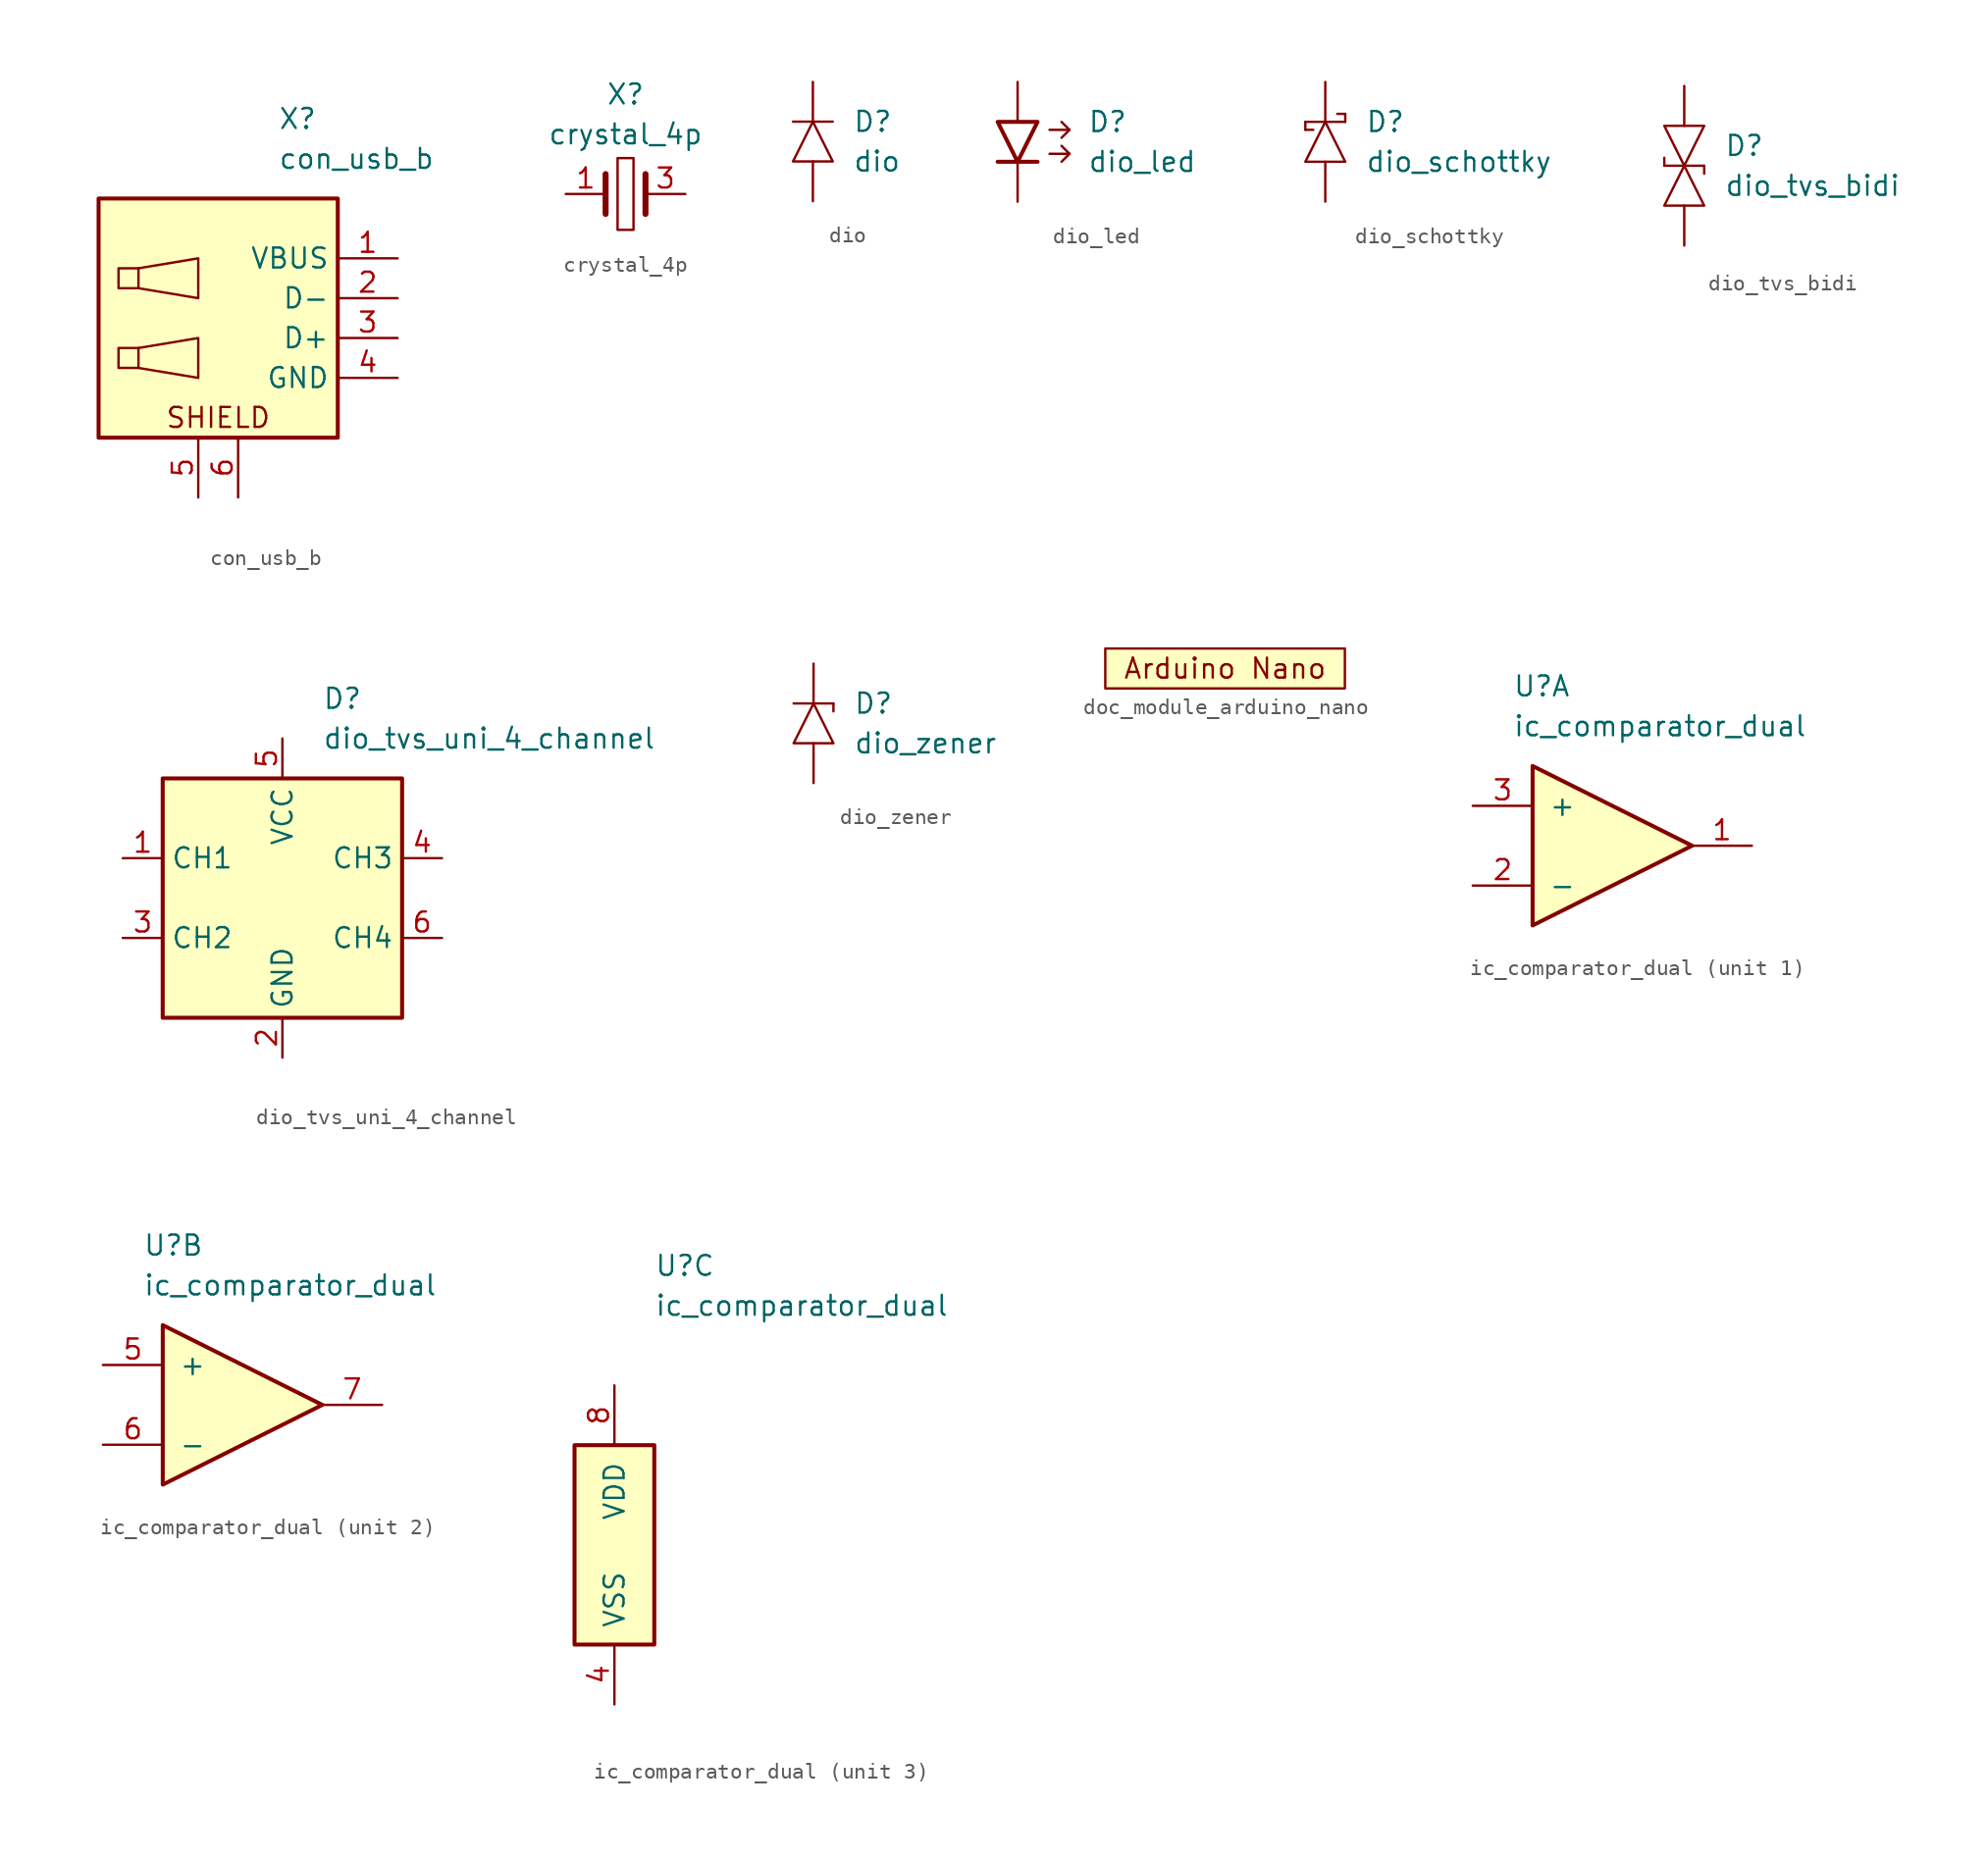
<source format=kicad_sym>
(kicad_symbol_lib
  (version 20241209)
  (generator "kicad_symbol_editor")
  (generator_version "9.0")
  (symbol "con_usb_b"
    (property "Reference" "X"
      (at -7.62 8.89 0)
      (effects (font (size 1.27 1.27)) (justify left)))
    (property "Value" "con_usb_b"
      (at -7.62 6.35 0)
      (effects (font (size 1.27 1.27)) (justify left)))
    (symbol "con_usb_b_0_0"
      (text "SHIELD" (at -11.43 -10.16 0) (effects (font (size 1.27 1.27)))))
    (symbol "con_usb_b_0_1"
      (rectangle (start -17.78 -0.635) (end -16.51 -1.905) (stroke (width 0) (type default)) (fill (type none)))
      (rectangle (start -17.78 -5.715) (end -16.51 -6.985) (stroke (width 0) (type default)) (fill (type none)))
      (polyline (pts (xy -16.51 -0.635) (xy -12.7 0) (xy -12.7 -2.54) (xy -16.51 -1.905)) (stroke (width 0) (type default)) (fill (type none)))
      (polyline (pts (xy -16.51 -5.715) (xy -12.7 -5.08) (xy -12.7 -7.62) (xy -16.51 -6.985)) (stroke (width 0) (type default)) (fill (type none)))
      (rectangle (start -3.81 -11.43) (end -19.05 3.81) (stroke (width 0.254) (type default)) (fill (type background))))
    (symbol "con_usb_b_1_1"
      (pin passive line (at -12.7 -15.24 90) (length 3.81) (name "" (effects (font (size 1.27 1.27)))) (number "5" (effects (font (size 1.27 1.27)))))
      (pin passive line (at -10.16 -15.24 90) (length 3.81) (name "" (effects (font (size 1.27 1.27)))) (number "6" (effects (font (size 1.27 1.27)))))
      (pin power_out line (at 0 0 180) (length 3.81) (name "VBUS" (effects (font (size 1.27 1.27)))) (number "1" (effects (font (size 1.27 1.27)))))
      (pin bidirectional line (at 0 -2.54 180) (length 3.81) (name "D-" (effects (font (size 1.27 1.27)))) (number "2" (effects (font (size 1.27 1.27)))))
      (pin bidirectional line (at 0 -5.08 180) (length 3.81) (name "D+" (effects (font (size 1.27 1.27)))) (number "3" (effects (font (size 1.27 1.27)))))
      (pin power_in line (at 0 -7.62 180) (length 3.81) (name "GND" (effects (font (size 1.27 1.27)))) (number "4" (effects (font (size 1.27 1.27)))))))
  (symbol "crystal_4p"
    (property "Reference" "X"
      (at 3.81 6.35 0)
      (effects (font (size 1.27 1.27))))
    (property "Value" "crystal_4p"
      (at 3.81 3.81 0)
      (effects (font (size 1.27 1.27))))
    (symbol "crystal_4p_0_1"
      (polyline (pts (xy 2.54 1.27) (xy 2.54 -1.27)) (stroke (width 0.381) (type default)) (fill (type none)))
      (rectangle (start 3.302 2.286) (end 4.318 -2.286) (stroke (width 0) (type default)) (fill (type none)))
      (polyline (pts (xy 5.08 1.27) (xy 5.08 -1.27)) (stroke (width 0.381) (type default)) (fill (type none))))
    (symbol "crystal_4p_1_1"
      (pin passive line (at 0 0 0) (length 2.54) (name "" (effects (font (size 1.27 1.27)))) (number "1" (effects (font (size 1.27 1.27)))))
      (pin no_connect line (at 0 -2.54 0) (length 2.54) (hide yes) (name "" (effects (font (size 1.27 1.27)))) (number "2" (effects (font (size 1.27 1.27)))))
      (pin passive line (at 7.62 0 180) (length 2.54) (name "" (effects (font (size 1.27 1.27)))) (number "3" (effects (font (size 1.27 1.27)))))
      (pin no_connect line (at 7.62 -2.54 180) (length 2.54) (hide yes) (name "" (effects (font (size 1.27 1.27)))) (number "4" (effects (font (size 1.27 1.27)))))))
  (symbol "dio"
    (pin_numbers
      (hide yes))
    (pin_names
      (hide yes))
    (property "Reference" "D"
      (at 2.54 -2.54 0)
      (effects (font (size 1.27 1.27)) (justify left)))
    (property "Value" "dio"
      (at 2.54 -5.08 0)
      (effects (font (size 1.27 1.27)) (justify left)))
    (symbol "dio_0_1"
      (polyline (pts (xy -1.27 -2.54) (xy 1.27 -2.54)) (stroke (width 0) (type default)) (fill (type none)))
      (polyline (pts (xy -1.27 -5.08) (xy 1.27 -5.08) (xy 0 -2.54) (xy -1.27 -5.08)) (stroke (width 0) (type default)) (fill (type none))))
    (symbol "dio_1_1"
      (pin passive line (at 0 0 270) (length 2.54) (name "" (effects (font (size 1.27 1.27)))) (number "1" (effects (font (size 1.27 1.27)))))
      (pin passive line (at 0 -7.62 90) (length 2.54) (name "" (effects (font (size 1.27 1.27)))) (number "2" (effects (font (size 1.27 1.27)))))))
  (symbol "dio_led"
    (pin_numbers
      (hide yes))
    (pin_names
      (offset 1.016)
      (hide yes))
    (property "Reference" "D"
      (at 4.445 -2.54 0)
      (effects (font (size 1.27 1.27)) (justify left)))
    (property "Value" "dio_led"
      (at 4.445 -5.08 0)
      (effects (font (size 1.27 1.27)) (justify left)))
    (symbol "dio_led_0_1"
      (polyline (pts (xy 1.27 -2.54) (xy -1.27 -2.54) (xy 0 -5.08) (xy 1.27 -2.54)) (stroke (width 0.254) (type default)) (fill (type none)))
      (polyline (pts (xy 1.27 -5.08) (xy -1.27 -5.08)) (stroke (width 0.254) (type default)) (fill (type none)))
      (polyline (pts (xy 2.032 -3.048) (xy 3.302 -3.048) (xy 2.794 -3.556)) (stroke (width 0) (type default)) (fill (type none)))
      (polyline (pts (xy 2.032 -4.572) (xy 3.302 -4.572) (xy 2.794 -5.08)) (stroke (width 0) (type default)) (fill (type none)))
      (polyline (pts (xy 3.302 -3.048) (xy 2.794 -2.54)) (stroke (width 0) (type default)) (fill (type none)))
      (polyline (pts (xy 3.302 -4.572) (xy 2.794 -4.064)) (stroke (width 0) (type default)) (fill (type none))))
    (symbol "dio_led_1_1"
      (pin passive line (at 0 0 270) (length 2.54) (name "A" (effects (font (size 1.27 1.27)))) (number "2" (effects (font (size 1.27 1.27)))))
      (pin passive line (at 0 -7.62 90) (length 2.54) (name "K" (effects (font (size 1.27 1.27)))) (number "1" (effects (font (size 1.27 1.27)))))))
  (symbol "dio_schottky"
    (pin_numbers
      (hide yes))
    (pin_names
      (hide yes))
    (property "Reference" "D"
      (at 2.54 -2.54 0)
      (effects (font (size 1.27 1.27)) (justify left)))
    (property "Value" "dio_schottky"
      (at 2.54 -5.08 0)
      (effects (font (size 1.27 1.27)) (justify left)))
    (symbol "dio_schottky_0_1"
      (polyline (pts (xy -1.27 -2.54) (xy -1.27 -3.048)) (stroke (width 0) (type default)) (fill (type none)))
      (polyline (pts (xy -1.27 -2.54) (xy 1.27 -2.54)) (stroke (width 0) (type default)) (fill (type none)))
      (polyline (pts (xy -1.27 -3.048) (xy -0.762 -3.048)) (stroke (width 0) (type default)) (fill (type none)))
      (polyline (pts (xy -1.27 -5.08) (xy 1.27 -5.08) (xy 0 -2.54) (xy -1.27 -5.08)) (stroke (width 0) (type default)) (fill (type none)))
      (polyline (pts (xy 1.27 -2.032) (xy 0.762 -2.032)) (stroke (width 0) (type default)) (fill (type none)))
      (polyline (pts (xy 1.27 -2.54) (xy 1.27 -2.032)) (stroke (width 0) (type default)) (fill (type none))))
    (symbol "dio_schottky_1_1"
      (pin passive line (at 0 0 270) (length 2.54) (name "" (effects (font (size 1.27 1.27)))) (number "1" (effects (font (size 1.27 1.27)))))
      (pin passive line (at 0 -7.62 90) (length 2.54) (name "" (effects (font (size 1.27 1.27)))) (number "2" (effects (font (size 1.27 1.27)))))))
  (symbol "dio_tvs_bidi"
    (pin_numbers
      (hide yes))
    (pin_names
      (hide yes))
    (property "Reference" "D"
      (at 2.54 -3.81 0)
      (effects (font (size 1.27 1.27)) (justify left)))
    (property "Value" "dio_tvs_bidi"
      (at 2.54 -6.35 0)
      (effects (font (size 1.27 1.27)) (justify left)))
    (symbol "dio_tvs_bidi_0_1"
      (polyline (pts (xy -1.27 -5.08) (xy 1.27 -5.08)) (stroke (width 0) (type default)) (fill (type none)))
      (polyline (pts (xy -1.27 -5.08) (xy -1.27 -4.572) (xy -1.27 -5.08)) (stroke (width 0) (type default)) (fill (type none)))
      (polyline (pts (xy -1.27 -7.62) (xy 1.27 -7.62) (xy 0 -5.08) (xy -1.27 -7.62)) (stroke (width 0) (type default)) (fill (type none)))
      (polyline (pts (xy 1.27 -2.54) (xy -1.27 -2.54) (xy 0 -5.08) (xy 1.27 -2.54)) (stroke (width 0) (type default)) (fill (type none)))
      (polyline (pts (xy 1.27 -5.08) (xy 1.27 -5.588) (xy 1.27 -5.08)) (stroke (width 0) (type default)) (fill (type none))))
    (symbol "dio_tvs_bidi_1_1"
      (pin passive line (at 0 0 270) (length 2.54) (name "" (effects (font (size 1.27 1.27)))) (number "1" (effects (font (size 1.27 1.27)))))
      (pin passive line (at 0 -10.16 90) (length 2.54) (name "" (effects (font (size 1.27 1.27)))) (number "2" (effects (font (size 1.27 1.27)))))))
  (symbol "dio_tvs_uni_4_channel"
    (property "Reference" "D"
      (at 12.7 10.16 0)
      (effects (font (size 1.27 1.27)) (justify left)))
    (property "Value" "dio_tvs_uni_4_channel"
      (at 12.7 7.62 0)
      (effects (font (size 1.27 1.27)) (justify left)))
    (symbol "dio_tvs_uni_4_channel_0_1"
      (rectangle (start 2.54 5.08) (end 17.78 -10.16) (stroke (width 0.254) (type default)) (fill (type background))))
    (symbol "dio_tvs_uni_4_channel_1_1"
      (pin passive line (at 0 0 0) (length 2.54) (name "CH1" (effects (font (size 1.27 1.27)))) (number "1" (effects (font (size 1.27 1.27)))))
      (pin passive line (at 0 -5.08 0) (length 2.54) (name "CH2" (effects (font (size 1.27 1.27)))) (number "3" (effects (font (size 1.27 1.27)))))
      (pin power_in line (at 10.16 7.62 270) (length 2.54) (name "VCC" (effects (font (size 1.27 1.27)))) (number "5" (effects (font (size 1.27 1.27)))))
      (pin power_in line (at 10.16 -12.7 90) (length 2.54) (name "GND" (effects (font (size 1.27 1.27)))) (number "2" (effects (font (size 1.27 1.27)))))
      (pin passive line (at 20.32 0 180) (length 2.54) (name "CH3" (effects (font (size 1.27 1.27)))) (number "4" (effects (font (size 1.27 1.27)))))
      (pin passive line (at 20.32 -5.08 180) (length 2.54) (name "CH4" (effects (font (size 1.27 1.27)))) (number "6" (effects (font (size 1.27 1.27)))))))
  (symbol "dio_zener"
    (pin_numbers
      (hide yes))
    (pin_names
      (hide yes))
    (property "Reference" "D"
      (at 2.54 -2.54 0)
      (effects (font (size 1.27 1.27)) (justify left)))
    (property "Value" "dio_zener"
      (at 2.54 -5.08 0)
      (effects (font (size 1.27 1.27)) (justify left)))
    (symbol "dio_zener_0_1"
      (polyline (pts (xy -1.27 -2.54) (xy 1.27 -2.54)) (stroke (width 0) (type default)) (fill (type none)))
      (polyline (pts (xy -1.27 -5.08) (xy 1.27 -5.08) (xy 0 -2.54) (xy -1.27 -5.08)) (stroke (width 0) (type default)) (fill (type none)))
      (polyline (pts (xy 1.27 -2.54) (xy 1.27 -3.048) (xy 1.27 -2.54)) (stroke (width 0) (type default)) (fill (type none))))
    (symbol "dio_zener_1_1"
      (pin passive line (at 0 0 270) (length 2.54) (name "" (effects (font (size 1.27 1.27)))) (number "1" (effects (font (size 1.27 1.27)))))
      (pin passive line (at 0 -7.62 90) (length 2.54) (name "" (effects (font (size 1.27 1.27)))) (number "2" (effects (font (size 1.27 1.27)))))))
  (symbol "doc_module_arduino_nano"
    (pin_numbers
      (hide yes))
    (pin_names
      (offset 1.016)
      (hide yes))
    (property "Reference" "DOC"
      (at 0 -5.08 0)
      (effects (font (size 1.27 1.27)) (hide yes)))
    (symbol "doc_module_arduino_nano_1_1"
      (rectangle (start -7.62 1.27) (end 7.62 -1.27) (stroke (width 0) (type solid)) (fill (type background)))
      (text "Arduino Nano" (at 0 0 0) (effects (font (size 1.27 1.27))))))
  (symbol "ic_comparator_dual"
    (pin_names
      (offset 1.016))
    (property "Reference" "U"
      (at 2.54 7.62 0)
      (effects (font (size 1.27 1.27)) (justify left)))
    (property "Value" "ic_comparator_dual"
      (at 2.54 5.08 0)
      (effects (font (size 1.27 1.27)) (justify left)))
    (property "ki_locked" ""
      (at 0 0 0)
      (effects (font (size 1.27 1.27))))
    (symbol "ic_comparator_dual_1_1"
      (polyline (pts (xy 3.81 2.54) (xy 3.81 -7.62) (xy 13.97 -2.54) (xy 3.81 2.54)) (stroke (width 0.254) (type default)) (fill (type background)))
      (pin input line (at 0 0 0) (length 3.81) (name "+" (effects (font (size 1.27 1.27)))) (number "3" (effects (font (size 1.27 1.27)))))
      (pin input line (at 0 -5.08 0) (length 3.81) (name "-" (effects (font (size 1.27 1.27)))) (number "2" (effects (font (size 1.27 1.27)))))
      (pin open_collector line (at 17.78 -2.54 180) (length 3.81) (name "~" (effects (font (size 1.27 1.27)))) (number "1" (effects (font (size 1.27 1.27))))))
    (symbol "ic_comparator_dual_2_1"
      (polyline (pts (xy 3.81 2.54) (xy 3.81 -7.62) (xy 13.97 -2.54) (xy 3.81 2.54)) (stroke (width 0.254) (type default)) (fill (type background)))
      (pin input line (at 0 0 0) (length 3.81) (name "+" (effects (font (size 1.27 1.27)))) (number "5" (effects (font (size 1.27 1.27)))))
      (pin input line (at 0 -5.08 0) (length 3.81) (name "-" (effects (font (size 1.27 1.27)))) (number "6" (effects (font (size 1.27 1.27)))))
      (pin output line (at 17.78 -2.54 180) (length 3.81) (name "~" (effects (font (size 1.27 1.27)))) (number "7" (effects (font (size 1.27 1.27))))))
    (symbol "ic_comparator_dual_3_1"
      (rectangle (start -2.54 -3.81) (end 2.54 -16.51) (stroke (width 0.254) (type default)) (fill (type background)))
      (pin power_in line (at 0 0 270) (length 3.81) (name "VDD" (effects (font (size 1.27 1.27)))) (number "8" (effects (font (size 1.27 1.27)))))
      (pin power_in line (at 0 -20.32 90) (length 3.81) (name "VSS" (effects (font (size 1.27 1.27)))) (number "4" (effects (font (size 1.27 1.27))))))))
</source>
